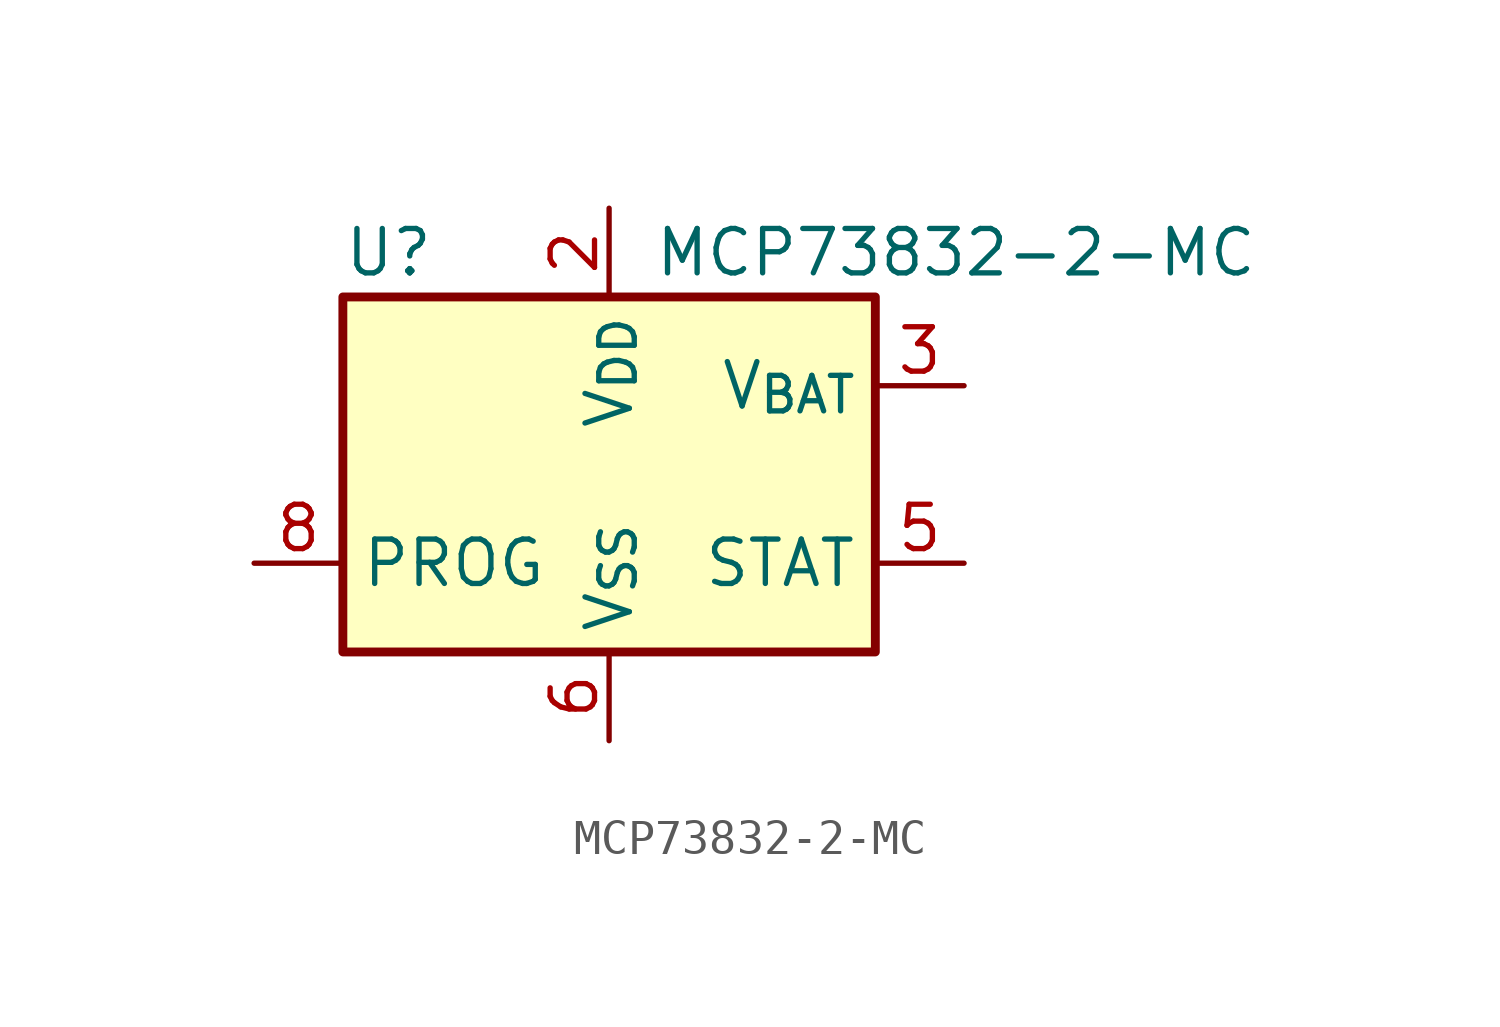
<source format=kicad_sym>
(kicad_symbol_lib
  (version 20220914)
  (generator kicad_symbol_editor)
  (symbol "MCP73832-2-MC"
    (property "Reference" "U"
      (at -7.62 6.35 0)
      (effects (font (size 1.27 1.27)) (justify left)))
    (property "Value" "MCP73832-2-MC"
      (at 1.27 6.35 0)
      (effects (font (size 1.27 1.27)) (justify left)))
    (symbol "MCP73832-2-MC_0_1"
      (rectangle (start -7.62 5.08) (end 7.62 -5.08) (stroke (width 0.254) (type default)) (fill (type background))))
    (symbol "MCP73832-2-MC_1_1"
      (pin passive line (at 0 7.62 270) (length 2.54) hide (name "V_{DD}" (effects (font (size 1.27 1.27)))) (number "1" (effects (font (size 1.27 1.27)))))
      (pin power_in line (at 0 7.62 270) (length 2.54) (name "V_{DD}" (effects (font (size 1.27 1.27)))) (number "2" (effects (font (size 1.27 1.27)))))
      (pin power_out line (at 10.16 2.54 180) (length 2.54) (name "V_{BAT}" (effects (font (size 1.27 1.27)))) (number "3" (effects (font (size 1.27 1.27)))))
      (pin passive line (at 10.16 2.54 180) (length 2.54) hide (name "V_{BAT}" (effects (font (size 1.27 1.27)))) (number "4" (effects (font (size 1.27 1.27)))))
      (pin open_collector line (at 10.16 -2.54 180) (length 2.54) (name "STAT" (effects (font (size 1.27 1.27)))) (number "5" (effects (font (size 1.27 1.27)))))
      (pin power_in line (at 0 -7.62 90) (length 2.54) (name "V_{SS}" (effects (font (size 1.27 1.27)))) (number "6" (effects (font (size 1.27 1.27)))))
      (pin no_connect line (at -7.62 2.54 0) (length 2.54) hide (name "NC" (effects (font (size 1.27 1.27)))) (number "7" (effects (font (size 1.27 1.27)))))
      (pin input line (at -10.16 -2.54 0) (length 2.54) (name "PROG" (effects (font (size 1.27 1.27)))) (number "8" (effects (font (size 1.27 1.27))))))))
</source>
